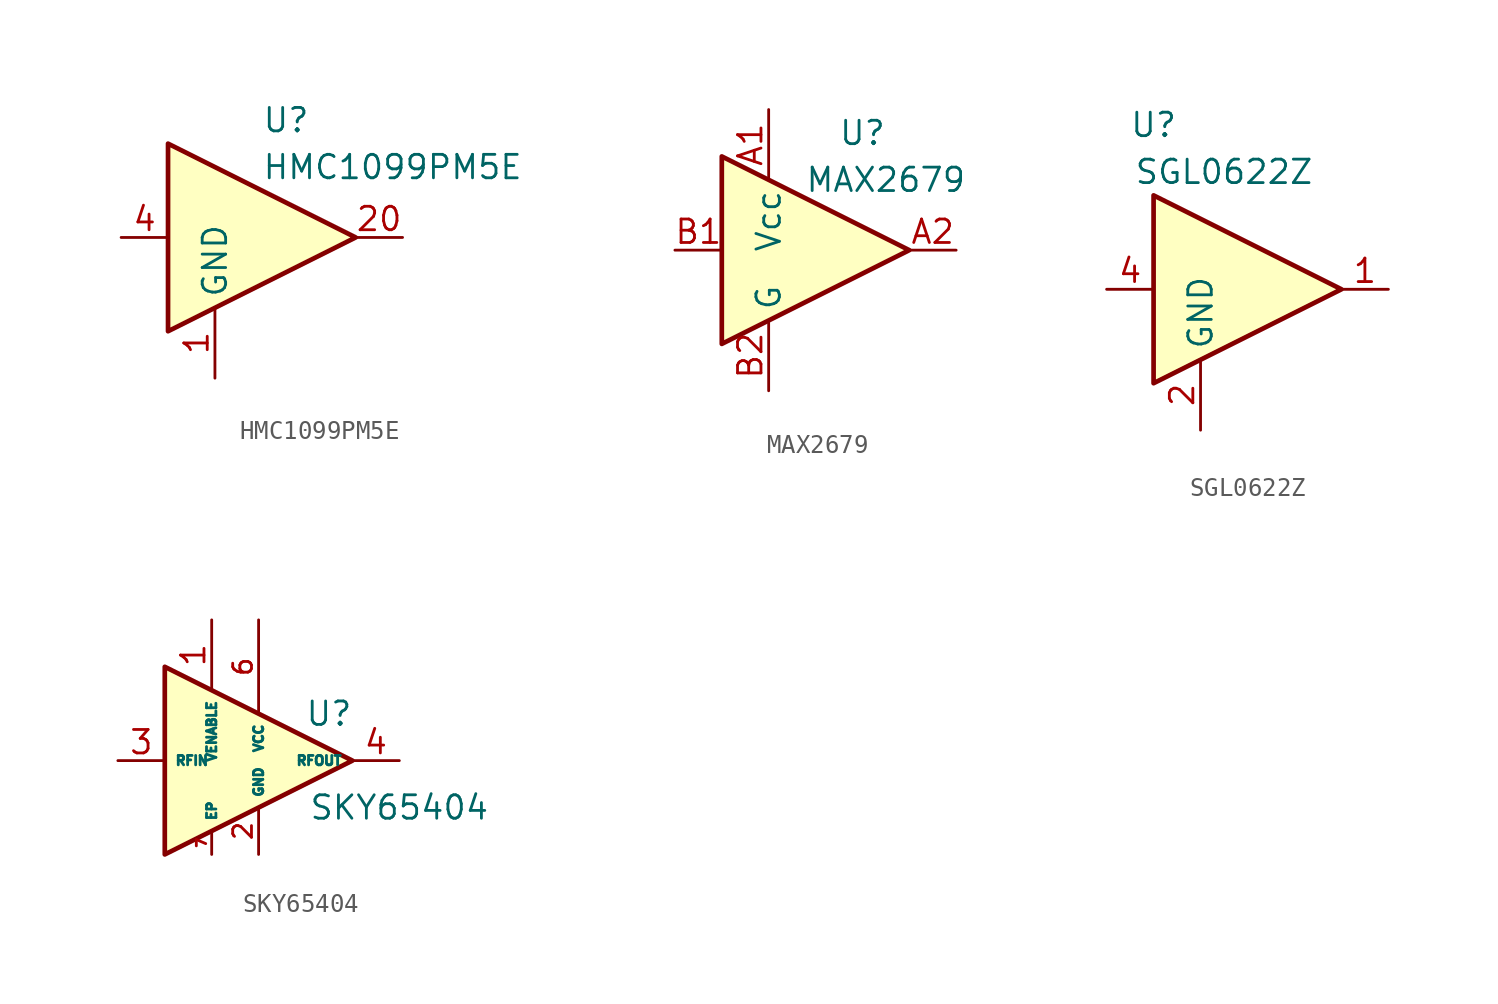
<source format=kicad_sym>
(kicad_symbol_lib
  (version 20211014)
  (generator kicad_symbol_editor)
  (symbol "HMC1099PM5E"
    (property "Reference" "U"
      (at 0 6.35 0)
      (effects (font (size 1.27 1.27)) (justify left)))
    (property "Value" "HMC1099PM5E"
      (at 0 3.81 0)
      (effects (font (size 1.27 1.27)) (justify left)))
    (symbol "HMC1099PM5E_1_1"
      (polyline (pts (xy 5.08 0) (xy -5.08 5.08) (xy -5.08 -5.08) (xy 5.08 0)) (stroke (width 0.254) (type default) (color 0 0 0 0)) (fill (type background)))
      (pin power_in line (at -2.54 -7.62 90) (length 3.81) (name "GND" (effects (font (size 1.27 1.27)))) (number "1" (effects (font (size 1.27 1.27)))))
      (pin passive line (at -2.54 -7.62 90) (length 3.81) hide (name "GND" (effects (font (size 1.27 1.27)))) (number "10" (effects (font (size 1.27 1.27)))))
      (pin passive line (at -2.54 -7.62 90) (length 3.81) hide (name "GND" (effects (font (size 1.27 1.27)))) (number "11" (effects (font (size 1.27 1.27)))))
      (pin passive line (at -2.54 -7.62 90) (length 3.81) hide (name "GND" (effects (font (size 1.27 1.27)))) (number "12" (effects (font (size 1.27 1.27)))))
      (pin passive line (at -2.54 -7.62 90) (length 3.81) hide (name "GND" (effects (font (size 1.27 1.27)))) (number "13" (effects (font (size 1.27 1.27)))))
      (pin passive line (at -2.54 -7.62 90) (length 3.81) hide (name "GND" (effects (font (size 1.27 1.27)))) (number "14" (effects (font (size 1.27 1.27)))))
      (pin passive line (at -2.54 -7.62 90) (length 3.81) hide (name "GND" (effects (font (size 1.27 1.27)))) (number "15" (effects (font (size 1.27 1.27)))))
      (pin passive line (at -2.54 -7.62 90) (length 3.81) hide (name "GND" (effects (font (size 1.27 1.27)))) (number "16" (effects (font (size 1.27 1.27)))))
      (pin passive line (at -2.54 -7.62 90) (length 3.81) hide (name "GND" (effects (font (size 1.27 1.27)))) (number "17" (effects (font (size 1.27 1.27)))))
      (pin passive line (at -2.54 -7.62 90) (length 3.81) hide (name "GND" (effects (font (size 1.27 1.27)))) (number "18" (effects (font (size 1.27 1.27)))))
      (pin passive line (at -2.54 -7.62 90) (length 3.81) hide (name "GND" (effects (font (size 1.27 1.27)))) (number "19" (effects (font (size 1.27 1.27)))))
      (pin passive line (at -2.54 -7.62 90) (length 3.81) hide (name "GND" (effects (font (size 1.27 1.27)))) (number "2" (effects (font (size 1.27 1.27)))))
      (pin output line (at 7.62 0 180) (length 2.54) (name "~" (effects (font (size 1.27 1.27)))) (number "20" (effects (font (size 1.27 1.27)))))
      (pin passive line (at 7.62 0 180) (length 2.54) hide (name "~" (effects (font (size 1.27 1.27)))) (number "21" (effects (font (size 1.27 1.27)))))
      (pin passive line (at -2.54 -7.62 90) (length 3.81) hide (name "GND" (effects (font (size 1.27 1.27)))) (number "22" (effects (font (size 1.27 1.27)))))
      (pin passive line (at -2.54 -7.62 90) (length 3.81) hide (name "GND" (effects (font (size 1.27 1.27)))) (number "23" (effects (font (size 1.27 1.27)))))
      (pin passive line (at -2.54 -7.62 90) (length 3.81) hide (name "GND" (effects (font (size 1.27 1.27)))) (number "24" (effects (font (size 1.27 1.27)))))
      (pin passive line (at -2.54 -7.62 90) (length 3.81) hide (name "GND" (effects (font (size 1.27 1.27)))) (number "25" (effects (font (size 1.27 1.27)))))
      (pin passive line (at -2.54 -7.62 90) (length 3.81) hide (name "GND" (effects (font (size 1.27 1.27)))) (number "26" (effects (font (size 1.27 1.27)))))
      (pin passive line (at -2.54 -7.62 90) (length 3.81) hide (name "GND" (effects (font (size 1.27 1.27)))) (number "27" (effects (font (size 1.27 1.27)))))
      (pin passive line (at -2.54 -7.62 90) (length 3.81) hide (name "GND" (effects (font (size 1.27 1.27)))) (number "28" (effects (font (size 1.27 1.27)))))
      (pin passive line (at -2.54 -7.62 90) (length 3.81) hide (name "GND" (effects (font (size 1.27 1.27)))) (number "29" (effects (font (size 1.27 1.27)))))
      (pin passive line (at -2.54 -7.62 90) (length 3.81) hide (name "GND" (effects (font (size 1.27 1.27)))) (number "3" (effects (font (size 1.27 1.27)))))
      (pin passive line (at -2.54 -7.62 90) (length 3.81) hide (name "GND" (effects (font (size 1.27 1.27)))) (number "30" (effects (font (size 1.27 1.27)))))
      (pin passive line (at -2.54 -7.62 90) (length 3.81) hide (name "GND" (effects (font (size 1.27 1.27)))) (number "31" (effects (font (size 1.27 1.27)))))
      (pin passive line (at -2.54 -7.62 90) (length 3.81) hide (name "GND" (effects (font (size 1.27 1.27)))) (number "32" (effects (font (size 1.27 1.27)))))
      (pin passive line (at -2.54 -7.62 90) (length 3.81) hide (name "GND" (effects (font (size 1.27 1.27)))) (number "33" (effects (font (size 1.27 1.27)))))
      (pin input line (at -7.62 0 0) (length 2.54) (name "~" (effects (font (size 1.27 1.27)))) (number "4" (effects (font (size 1.27 1.27)))))
      (pin input line (at -7.62 0 0) (length 2.54) hide (name "~" (effects (font (size 1.27 1.27)))) (number "5" (effects (font (size 1.27 1.27)))))
      (pin passive line (at -2.54 -7.62 90) (length 3.81) hide (name "GND" (effects (font (size 1.27 1.27)))) (number "6" (effects (font (size 1.27 1.27)))))
      (pin passive line (at -2.54 -7.62 90) (length 3.81) hide (name "GND" (effects (font (size 1.27 1.27)))) (number "7" (effects (font (size 1.27 1.27)))))
      (pin passive line (at -2.54 -7.62 90) (length 3.81) hide (name "GND" (effects (font (size 1.27 1.27)))) (number "8" (effects (font (size 1.27 1.27)))))
      (pin passive line (at -2.54 -7.62 90) (length 3.81) hide (name "GND" (effects (font (size 1.27 1.27)))) (number "9" (effects (font (size 1.27 1.27)))))))
  (symbol "MAX2679"
    (property "Reference" "U"
      (at 2.54 6.35 0)
      (effects (font (size 1.27 1.27))))
    (property "Value" "MAX2679"
      (at 3.81 3.81 0)
      (effects (font (size 1.27 1.27))))
    (symbol "MAX2679_0_1"
      (polyline (pts (xy 5.08 0) (xy -5.08 5.08) (xy -5.08 -5.08) (xy 5.08 0)) (stroke (width 0.254) (type default) (color 0 0 0 0)) (fill (type background))))
    (symbol "MAX2679_1_1"
      (pin power_in line (at -2.54 7.62 270) (length 3.81) (name "Vcc" (effects (font (size 1.27 1.27)))) (number "A1" (effects (font (size 1.27 1.27)))))
      (pin output line (at 7.62 0 180) (length 2.54) (name "~" (effects (font (size 1.27 1.27)))) (number "A2" (effects (font (size 1.27 1.27)))))
      (pin input line (at -7.62 0 0) (length 2.54) (name "~" (effects (font (size 1.27 1.27)))) (number "B1" (effects (font (size 1.27 1.27)))))
      (pin power_in line (at -2.54 -7.62 90) (length 3.81) (name "G" (effects (font (size 1.27 1.27)))) (number "B2" (effects (font (size 1.27 1.27)))))))
  (symbol "SGL0622Z"
    (property "Reference" "U"
      (at -5.08 8.89 0)
      (effects (font (size 1.27 1.27))))
    (property "Value" "SGL0622Z"
      (at -1.27 6.35 0)
      (effects (font (size 1.27 1.27))))
    (symbol "SGL0622Z_0_0"
      (pin passive line (at -2.54 -7.62 90) (length 5.08) hide (name "GND" (effects (font (size 1.27 1.27)))) (number "9" (effects (font (size 1.27 1.27))))))
    (symbol "SGL0622Z_1_1"
      (polyline (pts (xy 5.08 0) (xy -5.08 5.08) (xy -5.08 -5.08) (xy 5.08 0)) (stroke (width 0.254) (type default) (color 0 0 0 0)) (fill (type background)))
      (pin output line (at 7.62 0 180) (length 2.54) (name "~" (effects (font (size 1.27 1.27)))) (number "1" (effects (font (size 1.27 1.27)))))
      (pin power_in line (at -2.54 -7.62 90) (length 3.81) (name "GND" (effects (font (size 1.27 1.27)))) (number "2" (effects (font (size 1.27 1.27)))))
      (pin passive line (at -2.54 -7.62 90) (length 2.54) hide (name "GND" (effects (font (size 1.27 1.27)))) (number "3" (effects (font (size 1.27 1.27)))))
      (pin input line (at -7.62 0 0) (length 2.54) (name "~" (effects (font (size 1.27 1.27)))) (number "4" (effects (font (size 1.27 1.27)))))
      (pin passive line (at -2.54 -7.62 90) (length 2.54) hide (name "GND" (effects (font (size 1.27 1.27)))) (number "5" (effects (font (size 1.27 1.27)))))
      (pin passive line (at -2.54 -7.62 90) (length 2.54) hide (name "GND" (effects (font (size 1.27 1.27)))) (number "6" (effects (font (size 1.27 1.27)))))
      (pin passive line (at -2.54 -7.62 90) (length 2.54) hide (name "GND" (effects (font (size 1.27 1.27)))) (number "7" (effects (font (size 1.27 1.27)))))
      (pin passive line (at -2.54 -7.62 90) (length 2.54) hide (name "GND" (effects (font (size 1.27 1.27)))) (number "8" (effects (font (size 1.27 1.27)))))))
  (symbol "SKY65404"
    (property "Reference" "U"
      (at 6.35 2.54 0)
      (effects (font (size 1.27 1.27))))
    (property "Value" "SKY65404"
      (at 10.16 -2.54 0)
      (effects (font (size 1.27 1.27))))
    (symbol "SKY65404_0_1"
      (polyline (pts (xy -2.54 5.08) (xy -2.54 -2.54) (xy -2.54 -5.08) (xy 7.62 0) (xy -2.54 5.08)) (stroke (width 0.254) (type default) (color 0 0 0 0)) (fill (type background))))
    (symbol "SKY65404_1_1"
      (pin input line (at 0 7.62 270) (length 3.81) (name "VENABLE" (effects (font (size 0.508 0.508)))) (number "1" (effects (font (size 1.27 1.27)))))
      (pin power_in line (at 2.54 -5.08 90) (length 2.54) (name "GND" (effects (font (size 0.508 0.508)))) (number "2" (effects (font (size 1.016 1.016)))))
      (pin input line (at -5.08 0 0) (length 2.54) (name "RFIN" (effects (font (size 0.508 0.508)))) (number "3" (effects (font (size 1.27 1.27)))))
      (pin output line (at 10.16 0 180) (length 2.54) (name "RFOUT" (effects (font (size 0.508 0.508)))) (number "4" (effects (font (size 1.27 1.27)))))
      (pin passive line (at 2.54 -5.08 90) (length 2.54) hide (name "GND" (effects (font (size 0.508 0.508)))) (number "5" (effects (font (size 1.016 1.016)))))
      (pin power_in line (at 2.54 7.62 270) (length 5.08) (name "VCC" (effects (font (size 0.508 0.508)))) (number "6" (effects (font (size 1.016 1.016)))))
      (pin passive line (at 0 -5.08 90) (length 1.27) (name "EP" (effects (font (size 0.508 0.508)))) (number "7" (effects (font (size 0.508 0.508))))))))
</source>
